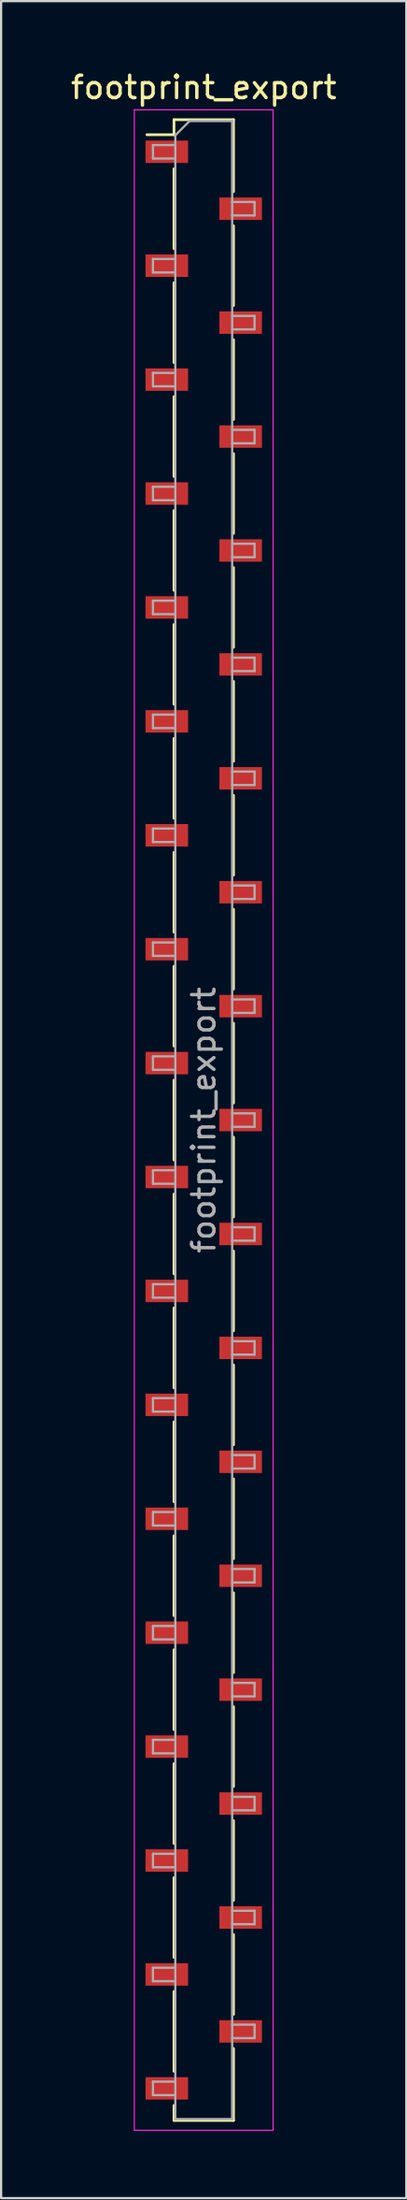
<source format=kicad_pcb>
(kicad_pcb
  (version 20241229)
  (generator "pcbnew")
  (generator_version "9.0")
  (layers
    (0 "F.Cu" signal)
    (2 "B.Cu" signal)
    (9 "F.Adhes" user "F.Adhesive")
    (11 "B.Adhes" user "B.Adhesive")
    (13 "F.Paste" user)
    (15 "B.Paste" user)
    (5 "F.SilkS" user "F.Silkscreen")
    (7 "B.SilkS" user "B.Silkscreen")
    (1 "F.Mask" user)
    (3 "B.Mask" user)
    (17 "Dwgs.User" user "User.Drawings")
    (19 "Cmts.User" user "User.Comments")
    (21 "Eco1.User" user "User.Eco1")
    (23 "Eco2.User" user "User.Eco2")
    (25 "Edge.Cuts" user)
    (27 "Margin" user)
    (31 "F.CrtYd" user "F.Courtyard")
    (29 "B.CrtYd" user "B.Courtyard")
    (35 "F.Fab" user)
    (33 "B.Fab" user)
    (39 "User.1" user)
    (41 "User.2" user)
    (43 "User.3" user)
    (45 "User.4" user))
  (footprint "footprint_export"
    (layer "F.Cu")
    (at 6.054 46.898)
    (property "Reference" "footprint_export" (at 0 -46.05 0) (layer "F.SilkS") (effects (font (size 1 1) (thickness 0.15))))
    (attr smd)
    (fp_line (start -2.54 -43.94) (end -1.33 -43.94) (stroke (width 0.12) (type solid)) (layer "F.SilkS"))
    (fp_line (start -1.33 -44.61) (end -1.33 -43.94) (stroke (width 0.12) (type solid)) (layer "F.SilkS"))
    (fp_line (start -1.33 -44.61) (end 1.33 -44.61) (stroke (width 0.12) (type solid)) (layer "F.SilkS"))
    (fp_line (start -1.33 -42.42) (end -1.33 -38.86) (stroke (width 0.12) (type solid)) (layer "F.SilkS"))
    (fp_line (start -1.33 -37.34) (end -1.33 -33.78) (stroke (width 0.12) (type solid)) (layer "F.SilkS"))
    (fp_line (start -1.33 -32.26) (end -1.33 -28.7) (stroke (width 0.12) (type solid)) (layer "F.SilkS"))
    (fp_line (start -1.33 -27.18) (end -1.33 -23.62) (stroke (width 0.12) (type solid)) (layer "F.SilkS"))
    (fp_line (start -1.33 -22.1) (end -1.33 -18.54) (stroke (width 0.12) (type solid)) (layer "F.SilkS"))
    (fp_line (start -1.33 -17.02) (end -1.33 -13.46) (stroke (width 0.12) (type solid)) (layer "F.SilkS"))
    (fp_line (start -1.33 -11.94) (end -1.33 -8.38) (stroke (width 0.12) (type solid)) (layer "F.SilkS"))
    (fp_line (start -1.33 -6.86) (end -1.33 -3.3) (stroke (width 0.12) (type solid)) (layer "F.SilkS"))
    (fp_line (start -1.33 -1.78) (end -1.33 1.78) (stroke (width 0.12) (type solid)) (layer "F.SilkS"))
    (fp_line (start -1.33 3.3) (end -1.33 6.86) (stroke (width 0.12) (type solid)) (layer "F.SilkS"))
    (fp_line (start -1.33 8.38) (end -1.33 11.94) (stroke (width 0.12) (type solid)) (layer "F.SilkS"))
    (fp_line (start -1.33 13.46) (end -1.33 17.02) (stroke (width 0.12) (type solid)) (layer "F.SilkS"))
    (fp_line (start -1.33 18.54) (end -1.33 22.1) (stroke (width 0.12) (type solid)) (layer "F.SilkS"))
    (fp_line (start -1.33 23.62) (end -1.33 27.18) (stroke (width 0.12) (type solid)) (layer "F.SilkS"))
    (fp_line (start -1.33 28.7) (end -1.33 32.26) (stroke (width 0.12) (type solid)) (layer "F.SilkS"))
    (fp_line (start -1.33 33.78) (end -1.33 37.34) (stroke (width 0.12) (type solid)) (layer "F.SilkS"))
    (fp_line (start -1.33 38.86) (end -1.33 42.42) (stroke (width 0.12) (type solid)) (layer "F.SilkS"))
    (fp_line (start -1.33 43.94) (end -1.33 44.61) (stroke (width 0.12) (type solid)) (layer "F.SilkS"))
    (fp_line (start -1.33 44.61) (end 1.33 44.61) (stroke (width 0.12) (type solid)) (layer "F.SilkS"))
    (fp_line (start 1.33 -44.61) (end 1.33 -41.4) (stroke (width 0.12) (type solid)) (layer "F.SilkS"))
    (fp_line (start 1.33 -39.88) (end 1.33 -36.32) (stroke (width 0.12) (type solid)) (layer "F.SilkS"))
    (fp_line (start 1.33 -34.8) (end 1.33 -31.24) (stroke (width 0.12) (type solid)) (layer "F.SilkS"))
    (fp_line (start 1.33 -29.72) (end 1.33 -26.16) (stroke (width 0.12) (type solid)) (layer "F.SilkS"))
    (fp_line (start 1.33 -24.64) (end 1.33 -21.08) (stroke (width 0.12) (type solid)) (layer "F.SilkS"))
    (fp_line (start 1.33 -19.56) (end 1.33 -16) (stroke (width 0.12) (type solid)) (layer "F.SilkS"))
    (fp_line (start 1.33 -14.48) (end 1.33 -10.92) (stroke (width 0.12) (type solid)) (layer "F.SilkS"))
    (fp_line (start 1.33 -9.4) (end 1.33 -5.84) (stroke (width 0.12) (type solid)) (layer "F.SilkS"))
    (fp_line (start 1.33 -4.32) (end 1.33 -0.76) (stroke (width 0.12) (type solid)) (layer "F.SilkS"))
    (fp_line (start 1.33 0.76) (end 1.33 4.32) (stroke (width 0.12) (type solid)) (layer "F.SilkS"))
    (fp_line (start 1.33 5.84) (end 1.33 9.4) (stroke (width 0.12) (type solid)) (layer "F.SilkS"))
    (fp_line (start 1.33 10.92) (end 1.33 14.48) (stroke (width 0.12) (type solid)) (layer "F.SilkS"))
    (fp_line (start 1.33 16) (end 1.33 19.56) (stroke (width 0.12) (type solid)) (layer "F.SilkS"))
    (fp_line (start 1.33 21.08) (end 1.33 24.64) (stroke (width 0.12) (type solid)) (layer "F.SilkS"))
    (fp_line (start 1.33 26.16) (end 1.33 29.72) (stroke (width 0.12) (type solid)) (layer "F.SilkS"))
    (fp_line (start 1.33 31.24) (end 1.33 34.8) (stroke (width 0.12) (type solid)) (layer "F.SilkS"))
    (fp_line (start 1.33 36.32) (end 1.33 39.88) (stroke (width 0.12) (type solid)) (layer "F.SilkS"))
    (fp_line (start 1.33 41.4) (end 1.33 44.61) (stroke (width 0.12) (type solid)) (layer "F.SilkS"))
    (fp_line (start -3.1 -45.05) (end 3.1 -45.05) (stroke (width 0.05) (type solid)) (layer "F.CrtYd"))
    (fp_line (start -3.1 45.05) (end -3.1 -45.05) (stroke (width 0.05) (type solid)) (layer "F.CrtYd"))
    (fp_line (start 3.1 -45.05) (end 3.1 45.05) (stroke (width 0.05) (type solid)) (layer "F.CrtYd"))
    (fp_line (start 3.1 45.05) (end -3.1 45.05) (stroke (width 0.05) (type solid)) (layer "F.CrtYd"))
    (fp_line (start -2.27 -43.48) (end -1.27 -43.48) (stroke (width 0.1) (type solid)) (layer "F.Fab"))
    (fp_line (start -2.27 -42.88) (end -2.27 -43.48) (stroke (width 0.1) (type solid)) (layer "F.Fab"))
    (fp_line (start -2.27 -38.4) (end -1.27 -38.4) (stroke (width 0.1) (type solid)) (layer "F.Fab"))
    (fp_line (start -2.27 -37.8) (end -2.27 -38.4) (stroke (width 0.1) (type solid)) (layer "F.Fab"))
    (fp_line (start -2.27 -33.32) (end -1.27 -33.32) (stroke (width 0.1) (type solid)) (layer "F.Fab"))
    (fp_line (start -2.27 -32.72) (end -2.27 -33.32) (stroke (width 0.1) (type solid)) (layer "F.Fab"))
    (fp_line (start -2.27 -28.24) (end -1.27 -28.24) (stroke (width 0.1) (type solid)) (layer "F.Fab"))
    (fp_line (start -2.27 -27.64) (end -2.27 -28.24) (stroke (width 0.1) (type solid)) (layer "F.Fab"))
    (fp_line (start -2.27 -23.16) (end -1.27 -23.16) (stroke (width 0.1) (type solid)) (layer "F.Fab"))
    (fp_line (start -2.27 -22.56) (end -2.27 -23.16) (stroke (width 0.1) (type solid)) (layer "F.Fab"))
    (fp_line (start -2.27 -18.08) (end -1.27 -18.08) (stroke (width 0.1) (type solid)) (layer "F.Fab"))
    (fp_line (start -2.27 -17.48) (end -2.27 -18.08) (stroke (width 0.1) (type solid)) (layer "F.Fab"))
    (fp_line (start -2.27 -13) (end -1.27 -13) (stroke (width 0.1) (type solid)) (layer "F.Fab"))
    (fp_line (start -2.27 -12.4) (end -2.27 -13) (stroke (width 0.1) (type solid)) (layer "F.Fab"))
    (fp_line (start -2.27 -7.92) (end -1.27 -7.92) (stroke (width 0.1) (type solid)) (layer "F.Fab"))
    (fp_line (start -2.27 -7.32) (end -2.27 -7.92) (stroke (width 0.1) (type solid)) (layer "F.Fab"))
    (fp_line (start -2.27 -2.84) (end -1.27 -2.84) (stroke (width 0.1) (type solid)) (layer "F.Fab"))
    (fp_line (start -2.27 -2.24) (end -2.27 -2.84) (stroke (width 0.1) (type solid)) (layer "F.Fab"))
    (fp_line (start -2.27 2.24) (end -1.27 2.24) (stroke (width 0.1) (type solid)) (layer "F.Fab"))
    (fp_line (start -2.27 2.84) (end -2.27 2.24) (stroke (width 0.1) (type solid)) (layer "F.Fab"))
    (fp_line (start -2.27 7.32) (end -1.27 7.32) (stroke (width 0.1) (type solid)) (layer "F.Fab"))
    (fp_line (start -2.27 7.92) (end -2.27 7.32) (stroke (width 0.1) (type solid)) (layer "F.Fab"))
    (fp_line (start -2.27 12.4) (end -1.27 12.4) (stroke (width 0.1) (type solid)) (layer "F.Fab"))
    (fp_line (start -2.27 13) (end -2.27 12.4) (stroke (width 0.1) (type solid)) (layer "F.Fab"))
    (fp_line (start -2.27 17.48) (end -1.27 17.48) (stroke (width 0.1) (type solid)) (layer "F.Fab"))
    (fp_line (start -2.27 18.08) (end -2.27 17.48) (stroke (width 0.1) (type solid)) (layer "F.Fab"))
    (fp_line (start -2.27 22.56) (end -1.27 22.56) (stroke (width 0.1) (type solid)) (layer "F.Fab"))
    (fp_line (start -2.27 23.16) (end -2.27 22.56) (stroke (width 0.1) (type solid)) (layer "F.Fab"))
    (fp_line (start -2.27 27.64) (end -1.27 27.64) (stroke (width 0.1) (type solid)) (layer "F.Fab"))
    (fp_line (start -2.27 28.24) (end -2.27 27.64) (stroke (width 0.1) (type solid)) (layer "F.Fab"))
    (fp_line (start -2.27 32.72) (end -1.27 32.72) (stroke (width 0.1) (type solid)) (layer "F.Fab"))
    (fp_line (start -2.27 33.32) (end -2.27 32.72) (stroke (width 0.1) (type solid)) (layer "F.Fab"))
    (fp_line (start -2.27 37.8) (end -1.27 37.8) (stroke (width 0.1) (type solid)) (layer "F.Fab"))
    (fp_line (start -2.27 38.4) (end -2.27 37.8) (stroke (width 0.1) (type solid)) (layer "F.Fab"))
    (fp_line (start -2.27 42.88) (end -1.27 42.88) (stroke (width 0.1) (type solid)) (layer "F.Fab"))
    (fp_line (start -2.27 43.48) (end -2.27 42.88) (stroke (width 0.1) (type solid)) (layer "F.Fab"))
    (fp_line (start -1.27 -43.915) (end -0.635 -44.55) (stroke (width 0.1) (type solid)) (layer "F.Fab"))
    (fp_line (start -1.27 -42.88) (end -2.27 -42.88) (stroke (width 0.1) (type solid)) (layer "F.Fab"))
    (fp_line (start -1.27 -37.8) (end -2.27 -37.8) (stroke (width 0.1) (type solid)) (layer "F.Fab"))
    (fp_line (start -1.27 -32.72) (end -2.27 -32.72) (stroke (width 0.1) (type solid)) (layer "F.Fab"))
    (fp_line (start -1.27 -27.64) (end -2.27 -27.64) (stroke (width 0.1) (type solid)) (layer "F.Fab"))
    (fp_line (start -1.27 -22.56) (end -2.27 -22.56) (stroke (width 0.1) (type solid)) (layer "F.Fab"))
    (fp_line (start -1.27 -17.48) (end -2.27 -17.48) (stroke (width 0.1) (type solid)) (layer "F.Fab"))
    (fp_line (start -1.27 -12.4) (end -2.27 -12.4) (stroke (width 0.1) (type solid)) (layer "F.Fab"))
    (fp_line (start -1.27 -7.32) (end -2.27 -7.32) (stroke (width 0.1) (type solid)) (layer "F.Fab"))
    (fp_line (start -1.27 -2.24) (end -2.27 -2.24) (stroke (width 0.1) (type solid)) (layer "F.Fab"))
    (fp_line (start -1.27 2.84) (end -2.27 2.84) (stroke (width 0.1) (type solid)) (layer "F.Fab"))
    (fp_line (start -1.27 7.92) (end -2.27 7.92) (stroke (width 0.1) (type solid)) (layer "F.Fab"))
    (fp_line (start -1.27 13) (end -2.27 13) (stroke (width 0.1) (type solid)) (layer "F.Fab"))
    (fp_line (start -1.27 18.08) (end -2.27 18.08) (stroke (width 0.1) (type solid)) (layer "F.Fab"))
    (fp_line (start -1.27 23.16) (end -2.27 23.16) (stroke (width 0.1) (type solid)) (layer "F.Fab"))
    (fp_line (start -1.27 28.24) (end -2.27 28.24) (stroke (width 0.1) (type solid)) (layer "F.Fab"))
    (fp_line (start -1.27 33.32) (end -2.27 33.32) (stroke (width 0.1) (type solid)) (layer "F.Fab"))
    (fp_line (start -1.27 38.4) (end -2.27 38.4) (stroke (width 0.1) (type solid)) (layer "F.Fab"))
    (fp_line (start -1.27 43.48) (end -2.27 43.48) (stroke (width 0.1) (type solid)) (layer "F.Fab"))
    (fp_line (start -1.27 44.55) (end -1.27 -43.915) (stroke (width 0.1) (type solid)) (layer "F.Fab"))
    (fp_line (start -0.635 -44.55) (end 1.27 -44.55) (stroke (width 0.1) (type solid)) (layer "F.Fab"))
    (fp_line (start 1.27 -44.55) (end 1.27 44.55) (stroke (width 0.1) (type solid)) (layer "F.Fab"))
    (fp_line (start 1.27 -40.94) (end 2.27 -40.94) (stroke (width 0.1) (type solid)) (layer "F.Fab"))
    (fp_line (start 1.27 -35.86) (end 2.27 -35.86) (stroke (width 0.1) (type solid)) (layer "F.Fab"))
    (fp_line (start 1.27 -30.78) (end 2.27 -30.78) (stroke (width 0.1) (type solid)) (layer "F.Fab"))
    (fp_line (start 1.27 -25.7) (end 2.27 -25.7) (stroke (width 0.1) (type solid)) (layer "F.Fab"))
    (fp_line (start 1.27 -20.62) (end 2.27 -20.62) (stroke (width 0.1) (type solid)) (layer "F.Fab"))
    (fp_line (start 1.27 -15.54) (end 2.27 -15.54) (stroke (width 0.1) (type solid)) (layer "F.Fab"))
    (fp_line (start 1.27 -10.46) (end 2.27 -10.46) (stroke (width 0.1) (type solid)) (layer "F.Fab"))
    (fp_line (start 1.27 -5.38) (end 2.27 -5.38) (stroke (width 0.1) (type solid)) (layer "F.Fab"))
    (fp_line (start 1.27 -0.3) (end 2.27 -0.3) (stroke (width 0.1) (type solid)) (layer "F.Fab"))
    (fp_line (start 1.27 4.78) (end 2.27 4.78) (stroke (width 0.1) (type solid)) (layer "F.Fab"))
    (fp_line (start 1.27 9.86) (end 2.27 9.86) (stroke (width 0.1) (type solid)) (layer "F.Fab"))
    (fp_line (start 1.27 14.94) (end 2.27 14.94) (stroke (width 0.1) (type solid)) (layer "F.Fab"))
    (fp_line (start 1.27 20.02) (end 2.27 20.02) (stroke (width 0.1) (type solid)) (layer "F.Fab"))
    (fp_line (start 1.27 25.1) (end 2.27 25.1) (stroke (width 0.1) (type solid)) (layer "F.Fab"))
    (fp_line (start 1.27 30.18) (end 2.27 30.18) (stroke (width 0.1) (type solid)) (layer "F.Fab"))
    (fp_line (start 1.27 35.26) (end 2.27 35.26) (stroke (width 0.1) (type solid)) (layer "F.Fab"))
    (fp_line (start 1.27 40.34) (end 2.27 40.34) (stroke (width 0.1) (type solid)) (layer "F.Fab"))
    (fp_line (start 1.27 44.55) (end -1.27 44.55) (stroke (width 0.1) (type solid)) (layer "F.Fab"))
    (fp_line (start 2.27 -40.94) (end 2.27 -40.34) (stroke (width 0.1) (type solid)) (layer "F.Fab"))
    (fp_line (start 2.27 -40.34) (end 1.27 -40.34) (stroke (width 0.1) (type solid)) (layer "F.Fab"))
    (fp_line (start 2.27 -35.86) (end 2.27 -35.26) (stroke (width 0.1) (type solid)) (layer "F.Fab"))
    (fp_line (start 2.27 -35.26) (end 1.27 -35.26) (stroke (width 0.1) (type solid)) (layer "F.Fab"))
    (fp_line (start 2.27 -30.78) (end 2.27 -30.18) (stroke (width 0.1) (type solid)) (layer "F.Fab"))
    (fp_line (start 2.27 -30.18) (end 1.27 -30.18) (stroke (width 0.1) (type solid)) (layer "F.Fab"))
    (fp_line (start 2.27 -25.7) (end 2.27 -25.1) (stroke (width 0.1) (type solid)) (layer "F.Fab"))
    (fp_line (start 2.27 -25.1) (end 1.27 -25.1) (stroke (width 0.1) (type solid)) (layer "F.Fab"))
    (fp_line (start 2.27 -20.62) (end 2.27 -20.02) (stroke (width 0.1) (type solid)) (layer "F.Fab"))
    (fp_line (start 2.27 -20.02) (end 1.27 -20.02) (stroke (width 0.1) (type solid)) (layer "F.Fab"))
    (fp_line (start 2.27 -15.54) (end 2.27 -14.94) (stroke (width 0.1) (type solid)) (layer "F.Fab"))
    (fp_line (start 2.27 -14.94) (end 1.27 -14.94) (stroke (width 0.1) (type solid)) (layer "F.Fab"))
    (fp_line (start 2.27 -10.46) (end 2.27 -9.86) (stroke (width 0.1) (type solid)) (layer "F.Fab"))
    (fp_line (start 2.27 -9.86) (end 1.27 -9.86) (stroke (width 0.1) (type solid)) (layer "F.Fab"))
    (fp_line (start 2.27 -5.38) (end 2.27 -4.78) (stroke (width 0.1) (type solid)) (layer "F.Fab"))
    (fp_line (start 2.27 -4.78) (end 1.27 -4.78) (stroke (width 0.1) (type solid)) (layer "F.Fab"))
    (fp_line (start 2.27 -0.3) (end 2.27 0.3) (stroke (width 0.1) (type solid)) (layer "F.Fab"))
    (fp_line (start 2.27 0.3) (end 1.27 0.3) (stroke (width 0.1) (type solid)) (layer "F.Fab"))
    (fp_line (start 2.27 4.78) (end 2.27 5.38) (stroke (width 0.1) (type solid)) (layer "F.Fab"))
    (fp_line (start 2.27 5.38) (end 1.27 5.38) (stroke (width 0.1) (type solid)) (layer "F.Fab"))
    (fp_line (start 2.27 9.86) (end 2.27 10.46) (stroke (width 0.1) (type solid)) (layer "F.Fab"))
    (fp_line (start 2.27 10.46) (end 1.27 10.46) (stroke (width 0.1) (type solid)) (layer "F.Fab"))
    (fp_line (start 2.27 14.94) (end 2.27 15.54) (stroke (width 0.1) (type solid)) (layer "F.Fab"))
    (fp_line (start 2.27 15.54) (end 1.27 15.54) (stroke (width 0.1) (type solid)) (layer "F.Fab"))
    (fp_line (start 2.27 20.02) (end 2.27 20.62) (stroke (width 0.1) (type solid)) (layer "F.Fab"))
    (fp_line (start 2.27 20.62) (end 1.27 20.62) (stroke (width 0.1) (type solid)) (layer "F.Fab"))
    (fp_line (start 2.27 25.1) (end 2.27 25.7) (stroke (width 0.1) (type solid)) (layer "F.Fab"))
    (fp_line (start 2.27 25.7) (end 1.27 25.7) (stroke (width 0.1) (type solid)) (layer "F.Fab"))
    (fp_line (start 2.27 30.18) (end 2.27 30.78) (stroke (width 0.1) (type solid)) (layer "F.Fab"))
    (fp_line (start 2.27 30.78) (end 1.27 30.78) (stroke (width 0.1) (type solid)) (layer "F.Fab"))
    (fp_line (start 2.27 35.26) (end 2.27 35.86) (stroke (width 0.1) (type solid)) (layer "F.Fab"))
    (fp_line (start 2.27 35.86) (end 1.27 35.86) (stroke (width 0.1) (type solid)) (layer "F.Fab"))
    (fp_line (start 2.27 40.34) (end 2.27 40.94) (stroke (width 0.1) (type solid)) (layer "F.Fab"))
    (fp_line (start 2.27 40.94) (end 1.27 40.94) (stroke (width 0.1) (type solid)) (layer "F.Fab"))
    (fp_text user "${REFERENCE}" (at 0 0 90) (layer "F.Fab") (effects (font (size 1 1) (thickness 0.15))))
    (pad "1" smd rect (at -1.65 -43.18) (size 1.9 1) (layers "F.Cu" "F.Mask" "F.Paste"))
    (pad "2" smd rect (at 1.65 -40.64) (size 1.9 1) (layers "F.Cu" "F.Mask" "F.Paste"))
    (pad "3" smd rect (at -1.65 -38.1) (size 1.9 1) (layers "F.Cu" "F.Mask" "F.Paste"))
    (pad "4" smd rect (at 1.65 -35.56) (size 1.9 1) (layers "F.Cu" "F.Mask" "F.Paste"))
    (pad "5" smd rect (at -1.65 -33.02) (size 1.9 1) (layers "F.Cu" "F.Mask" "F.Paste"))
    (pad "6" smd rect (at 1.65 -30.48) (size 1.9 1) (layers "F.Cu" "F.Mask" "F.Paste"))
    (pad "7" smd rect (at -1.65 -27.94) (size 1.9 1) (layers "F.Cu" "F.Mask" "F.Paste"))
    (pad "8" smd rect (at 1.65 -25.4) (size 1.9 1) (layers "F.Cu" "F.Mask" "F.Paste"))
    (pad "9" smd rect (at -1.65 -22.86) (size 1.9 1) (layers "F.Cu" "F.Mask" "F.Paste"))
    (pad "10" smd rect (at 1.65 -20.32) (size 1.9 1) (layers "F.Cu" "F.Mask" "F.Paste"))
    (pad "11" smd rect (at -1.65 -17.78) (size 1.9 1) (layers "F.Cu" "F.Mask" "F.Paste"))
    (pad "12" smd rect (at 1.65 -15.24) (size 1.9 1) (layers "F.Cu" "F.Mask" "F.Paste"))
    (pad "13" smd rect (at -1.65 -12.7) (size 1.9 1) (layers "F.Cu" "F.Mask" "F.Paste"))
    (pad "14" smd rect (at 1.65 -10.16) (size 1.9 1) (layers "F.Cu" "F.Mask" "F.Paste"))
    (pad "15" smd rect (at -1.65 -7.62) (size 1.9 1) (layers "F.Cu" "F.Mask" "F.Paste"))
    (pad "16" smd rect (at 1.65 -5.08) (size 1.9 1) (layers "F.Cu" "F.Mask" "F.Paste"))
    (pad "17" smd rect (at -1.65 -2.54) (size 1.9 1) (layers "F.Cu" "F.Mask" "F.Paste"))
    (pad "18" smd rect (at 1.65 0) (size 1.9 1) (layers "F.Cu" "F.Mask" "F.Paste"))
    (pad "19" smd rect (at -1.65 2.54) (size 1.9 1) (layers "F.Cu" "F.Mask" "F.Paste"))
    (pad "20" smd rect (at 1.65 5.08) (size 1.9 1) (layers "F.Cu" "F.Mask" "F.Paste"))
    (pad "21" smd rect (at -1.65 7.62) (size 1.9 1) (layers "F.Cu" "F.Mask" "F.Paste"))
    (pad "22" smd rect (at 1.65 10.16) (size 1.9 1) (layers "F.Cu" "F.Mask" "F.Paste"))
    (pad "23" smd rect (at -1.65 12.7) (size 1.9 1) (layers "F.Cu" "F.Mask" "F.Paste"))
    (pad "24" smd rect (at 1.65 15.24) (size 1.9 1) (layers "F.Cu" "F.Mask" "F.Paste"))
    (pad "25" smd rect (at -1.65 17.78) (size 1.9 1) (layers "F.Cu" "F.Mask" "F.Paste"))
    (pad "26" smd rect (at 1.65 20.32) (size 1.9 1) (layers "F.Cu" "F.Mask" "F.Paste"))
    (pad "27" smd rect (at -1.65 22.86) (size 1.9 1) (layers "F.Cu" "F.Mask" "F.Paste"))
    (pad "28" smd rect (at 1.65 25.4) (size 1.9 1) (layers "F.Cu" "F.Mask" "F.Paste"))
    (pad "29" smd rect (at -1.65 27.94) (size 1.9 1) (layers "F.Cu" "F.Mask" "F.Paste"))
    (pad "30" smd rect (at 1.65 30.48) (size 1.9 1) (layers "F.Cu" "F.Mask" "F.Paste"))
    (pad "31" smd rect (at -1.65 33.02) (size 1.9 1) (layers "F.Cu" "F.Mask" "F.Paste"))
    (pad "32" smd rect (at 1.65 35.56) (size 1.9 1) (layers "F.Cu" "F.Mask" "F.Paste"))
    (pad "33" smd rect (at -1.65 38.1) (size 1.9 1) (layers "F.Cu" "F.Mask" "F.Paste"))
    (pad "34" smd rect (at 1.65 40.64) (size 1.9 1) (layers "F.Cu" "F.Mask" "F.Paste"))
    (pad "35" smd rect (at -1.65 43.18) (size 1.9 1) (layers "F.Cu" "F.Mask" "F.Paste")))
  (gr_rect
    (start -3 -3)
    (end 15.107 94.973)
    (stroke (width 0.1) (type default))
    (fill no)
    (layer "Edge.Cuts")))
</source>
